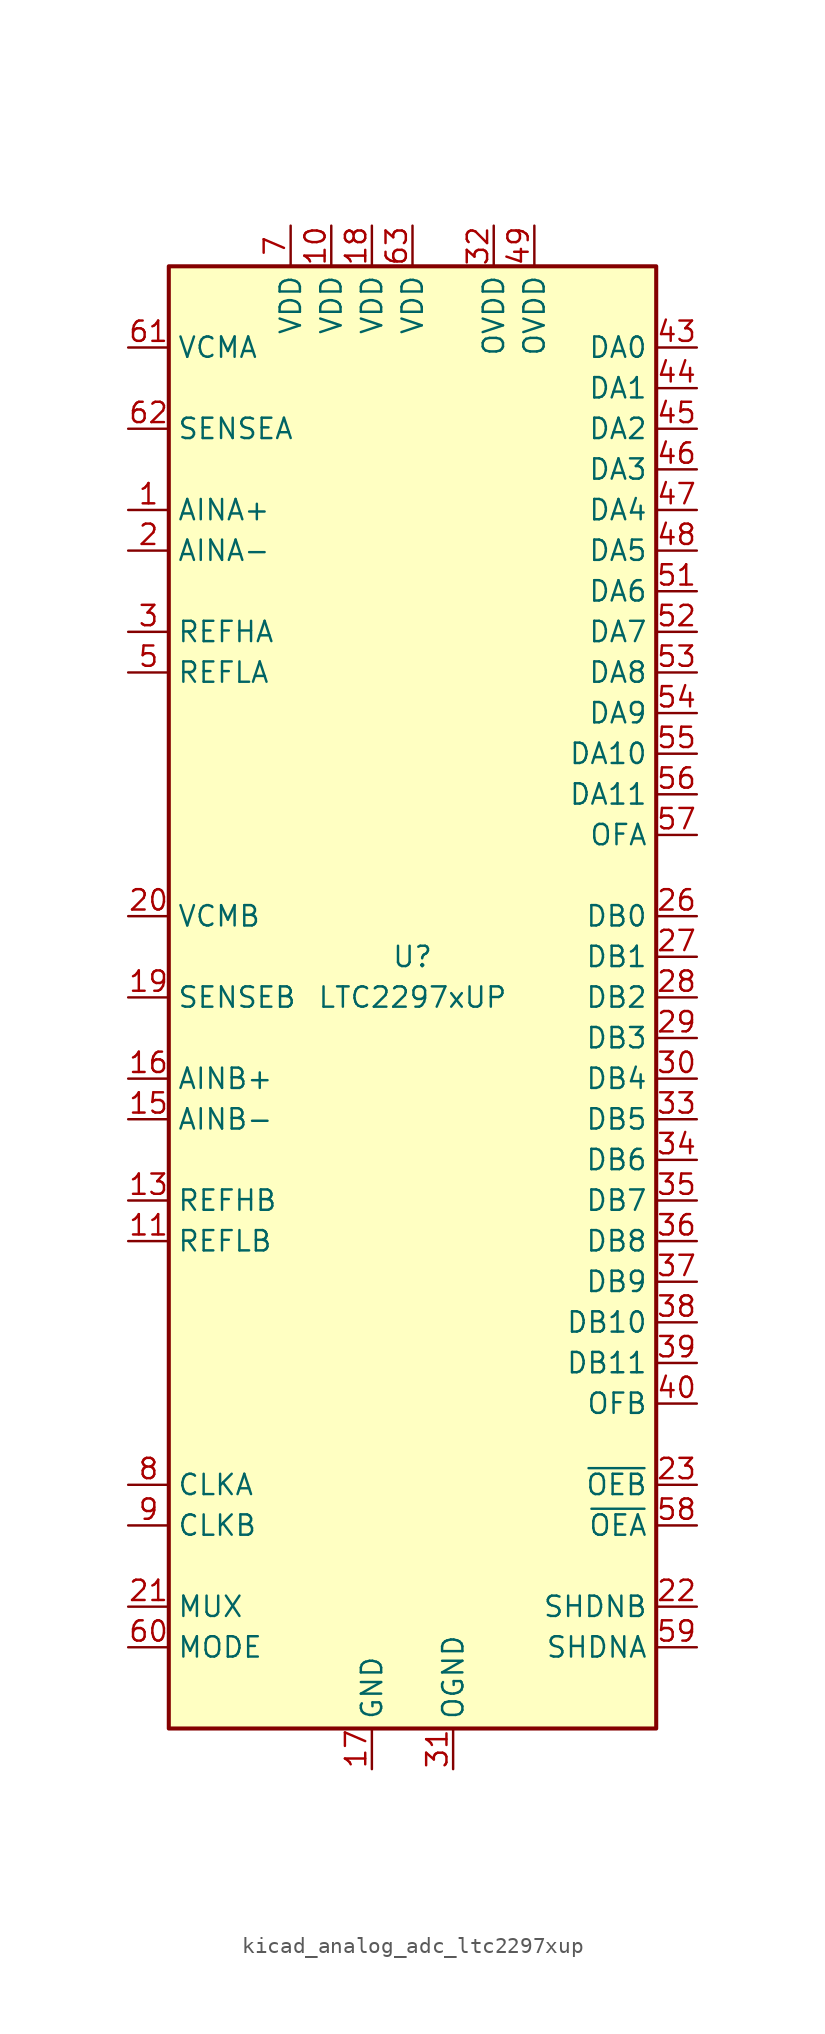
<source format=kicad_sym>
(kicad_symbol_lib
  (version 20220914)
  (generator kicad_symbol_editor)
  (symbol "kicad_analog_adc_ltc2297xup"
    (property "Reference" "U"
      (at 0 2.54 0)
      (effects (font (size 1.27 1.27))))
    (property "Value" "LTC2297xUP"
      (at 0 0 0)
      (effects (font (size 1.27 1.27))))
    (symbol "kicad_analog_adc_ltc2297xup_0_1"
      (rectangle (start -15.24 45.72) (end 15.24 -45.72) (stroke (width 0.254) (type default)) (fill (type background))))
    (symbol "kicad_analog_adc_ltc2297xup_1_1"
      (pin input line (at -17.78 30.48 0) (length 2.54) (name "AINA+" (effects (font (size 1.27 1.27)))) (number "1" (effects (font (size 1.27 1.27)))))
      (pin power_in line (at -5.08 48.26 270) (length 2.54) (name "VDD" (effects (font (size 1.27 1.27)))) (number "10" (effects (font (size 1.27 1.27)))))
      (pin input line (at -17.78 -15.24 0) (length 2.54) (name "REFLB" (effects (font (size 1.27 1.27)))) (number "11" (effects (font (size 1.27 1.27)))))
      (pin input line (at -17.78 -15.24 0) (length 2.54) hide (name "REFLB" (effects (font (size 1.27 1.27)))) (number "12" (effects (font (size 1.27 1.27)))))
      (pin input line (at -17.78 -12.7 0) (length 2.54) (name "REFHB" (effects (font (size 1.27 1.27)))) (number "13" (effects (font (size 1.27 1.27)))))
      (pin input line (at -17.78 -12.7 0) (length 2.54) hide (name "REFHB" (effects (font (size 1.27 1.27)))) (number "14" (effects (font (size 1.27 1.27)))))
      (pin input line (at -17.78 -7.62 0) (length 2.54) (name "AINB-" (effects (font (size 1.27 1.27)))) (number "15" (effects (font (size 1.27 1.27)))))
      (pin input line (at -17.78 -5.08 0) (length 2.54) (name "AINB+" (effects (font (size 1.27 1.27)))) (number "16" (effects (font (size 1.27 1.27)))))
      (pin power_in line (at -2.54 -48.26 90) (length 2.54) (name "GND" (effects (font (size 1.27 1.27)))) (number "17" (effects (font (size 1.27 1.27)))))
      (pin power_in line (at -2.54 48.26 270) (length 2.54) (name "VDD" (effects (font (size 1.27 1.27)))) (number "18" (effects (font (size 1.27 1.27)))))
      (pin input line (at -17.78 0 0) (length 2.54) (name "SENSEB" (effects (font (size 1.27 1.27)))) (number "19" (effects (font (size 1.27 1.27)))))
      (pin input line (at -17.78 27.94 0) (length 2.54) (name "AINA-" (effects (font (size 1.27 1.27)))) (number "2" (effects (font (size 1.27 1.27)))))
      (pin passive line (at -17.78 5.08 0) (length 2.54) (name "VCMB" (effects (font (size 1.27 1.27)))) (number "20" (effects (font (size 1.27 1.27)))))
      (pin input line (at -17.78 -38.1 0) (length 2.54) (name "MUX" (effects (font (size 1.27 1.27)))) (number "21" (effects (font (size 1.27 1.27)))))
      (pin input line (at 17.78 -38.1 180) (length 2.54) (name "SHDNB" (effects (font (size 1.27 1.27)))) (number "22" (effects (font (size 1.27 1.27)))))
      (pin input line (at 17.78 -30.48 180) (length 2.54) (name "~{OEB}" (effects (font (size 1.27 1.27)))) (number "23" (effects (font (size 1.27 1.27)))))
      (pin no_connect line (at -15.24 -20.32 0) (length 2.54) hide (name "NC" (effects (font (size 1.27 1.27)))) (number "24" (effects (font (size 1.27 1.27)))))
      (pin no_connect line (at -15.24 -22.86 0) (length 2.54) hide (name "NC" (effects (font (size 1.27 1.27)))) (number "25" (effects (font (size 1.27 1.27)))))
      (pin output line (at 17.78 5.08 180) (length 2.54) (name "DB0" (effects (font (size 1.27 1.27)))) (number "26" (effects (font (size 1.27 1.27)))))
      (pin output line (at 17.78 2.54 180) (length 2.54) (name "DB1" (effects (font (size 1.27 1.27)))) (number "27" (effects (font (size 1.27 1.27)))))
      (pin output line (at 17.78 0 180) (length 2.54) (name "DB2" (effects (font (size 1.27 1.27)))) (number "28" (effects (font (size 1.27 1.27)))))
      (pin output line (at 17.78 -2.54 180) (length 2.54) (name "DB3" (effects (font (size 1.27 1.27)))) (number "29" (effects (font (size 1.27 1.27)))))
      (pin input line (at -17.78 22.86 0) (length 2.54) (name "REFHA" (effects (font (size 1.27 1.27)))) (number "3" (effects (font (size 1.27 1.27)))))
      (pin output line (at 17.78 -5.08 180) (length 2.54) (name "DB4" (effects (font (size 1.27 1.27)))) (number "30" (effects (font (size 1.27 1.27)))))
      (pin power_in line (at 2.54 -48.26 90) (length 2.54) (name "OGND" (effects (font (size 1.27 1.27)))) (number "31" (effects (font (size 1.27 1.27)))))
      (pin power_in line (at 5.08 48.26 270) (length 2.54) (name "OVDD" (effects (font (size 1.27 1.27)))) (number "32" (effects (font (size 1.27 1.27)))))
      (pin output line (at 17.78 -7.62 180) (length 2.54) (name "DB5" (effects (font (size 1.27 1.27)))) (number "33" (effects (font (size 1.27 1.27)))))
      (pin output line (at 17.78 -10.16 180) (length 2.54) (name "DB6" (effects (font (size 1.27 1.27)))) (number "34" (effects (font (size 1.27 1.27)))))
      (pin output line (at 17.78 -12.7 180) (length 2.54) (name "DB7" (effects (font (size 1.27 1.27)))) (number "35" (effects (font (size 1.27 1.27)))))
      (pin output line (at 17.78 -15.24 180) (length 2.54) (name "DB8" (effects (font (size 1.27 1.27)))) (number "36" (effects (font (size 1.27 1.27)))))
      (pin output line (at 17.78 -17.78 180) (length 2.54) (name "DB9" (effects (font (size 1.27 1.27)))) (number "37" (effects (font (size 1.27 1.27)))))
      (pin output line (at 17.78 -20.32 180) (length 2.54) (name "DB10" (effects (font (size 1.27 1.27)))) (number "38" (effects (font (size 1.27 1.27)))))
      (pin output line (at 17.78 -22.86 180) (length 2.54) (name "DB11" (effects (font (size 1.27 1.27)))) (number "39" (effects (font (size 1.27 1.27)))))
      (pin input line (at -17.78 22.86 0) (length 2.54) hide (name "REFHA" (effects (font (size 1.27 1.27)))) (number "4" (effects (font (size 1.27 1.27)))))
      (pin output line (at 17.78 -25.4 180) (length 2.54) (name "OFB" (effects (font (size 1.27 1.27)))) (number "40" (effects (font (size 1.27 1.27)))))
      (pin no_connect line (at -15.24 -25.4 0) (length 2.54) hide (name "NC" (effects (font (size 1.27 1.27)))) (number "41" (effects (font (size 1.27 1.27)))))
      (pin no_connect line (at -15.24 -27.94 0) (length 2.54) hide (name "NC" (effects (font (size 1.27 1.27)))) (number "42" (effects (font (size 1.27 1.27)))))
      (pin output line (at 17.78 40.64 180) (length 2.54) (name "DA0" (effects (font (size 1.27 1.27)))) (number "43" (effects (font (size 1.27 1.27)))))
      (pin output line (at 17.78 38.1 180) (length 2.54) (name "DA1" (effects (font (size 1.27 1.27)))) (number "44" (effects (font (size 1.27 1.27)))))
      (pin output line (at 17.78 35.56 180) (length 2.54) (name "DA2" (effects (font (size 1.27 1.27)))) (number "45" (effects (font (size 1.27 1.27)))))
      (pin output line (at 17.78 33.02 180) (length 2.54) (name "DA3" (effects (font (size 1.27 1.27)))) (number "46" (effects (font (size 1.27 1.27)))))
      (pin output line (at 17.78 30.48 180) (length 2.54) (name "DA4" (effects (font (size 1.27 1.27)))) (number "47" (effects (font (size 1.27 1.27)))))
      (pin output line (at 17.78 27.94 180) (length 2.54) (name "DA5" (effects (font (size 1.27 1.27)))) (number "48" (effects (font (size 1.27 1.27)))))
      (pin power_in line (at 7.62 48.26 270) (length 2.54) (name "OVDD" (effects (font (size 1.27 1.27)))) (number "49" (effects (font (size 1.27 1.27)))))
      (pin input line (at -17.78 20.32 0) (length 2.54) (name "REFLA" (effects (font (size 1.27 1.27)))) (number "5" (effects (font (size 1.27 1.27)))))
      (pin passive line (at 2.54 -48.26 90) (length 2.54) hide (name "OGND" (effects (font (size 1.27 1.27)))) (number "50" (effects (font (size 1.27 1.27)))))
      (pin output line (at 17.78 25.4 180) (length 2.54) (name "DA6" (effects (font (size 1.27 1.27)))) (number "51" (effects (font (size 1.27 1.27)))))
      (pin output line (at 17.78 22.86 180) (length 2.54) (name "DA7" (effects (font (size 1.27 1.27)))) (number "52" (effects (font (size 1.27 1.27)))))
      (pin output line (at 17.78 20.32 180) (length 2.54) (name "DA8" (effects (font (size 1.27 1.27)))) (number "53" (effects (font (size 1.27 1.27)))))
      (pin output line (at 17.78 17.78 180) (length 2.54) (name "DA9" (effects (font (size 1.27 1.27)))) (number "54" (effects (font (size 1.27 1.27)))))
      (pin output line (at 17.78 15.24 180) (length 2.54) (name "DA10" (effects (font (size 1.27 1.27)))) (number "55" (effects (font (size 1.27 1.27)))))
      (pin output line (at 17.78 12.7 180) (length 2.54) (name "DA11" (effects (font (size 1.27 1.27)))) (number "56" (effects (font (size 1.27 1.27)))))
      (pin output line (at 17.78 10.16 180) (length 2.54) (name "OFA" (effects (font (size 1.27 1.27)))) (number "57" (effects (font (size 1.27 1.27)))))
      (pin input line (at 17.78 -33.02 180) (length 2.54) (name "~{OEA}" (effects (font (size 1.27 1.27)))) (number "58" (effects (font (size 1.27 1.27)))))
      (pin input line (at 17.78 -40.64 180) (length 2.54) (name "SHDNA" (effects (font (size 1.27 1.27)))) (number "59" (effects (font (size 1.27 1.27)))))
      (pin input line (at -17.78 20.32 0) (length 2.54) hide (name "REFLA" (effects (font (size 1.27 1.27)))) (number "6" (effects (font (size 1.27 1.27)))))
      (pin input line (at -17.78 -40.64 0) (length 2.54) (name "MODE" (effects (font (size 1.27 1.27)))) (number "60" (effects (font (size 1.27 1.27)))))
      (pin passive line (at -17.78 40.64 0) (length 2.54) (name "VCMA" (effects (font (size 1.27 1.27)))) (number "61" (effects (font (size 1.27 1.27)))))
      (pin input line (at -17.78 35.56 0) (length 2.54) (name "SENSEA" (effects (font (size 1.27 1.27)))) (number "62" (effects (font (size 1.27 1.27)))))
      (pin power_in line (at 0 48.26 270) (length 2.54) (name "VDD" (effects (font (size 1.27 1.27)))) (number "63" (effects (font (size 1.27 1.27)))))
      (pin passive line (at -2.54 -48.26 90) (length 2.54) hide (name "GND" (effects (font (size 1.27 1.27)))) (number "64" (effects (font (size 1.27 1.27)))))
      (pin passive line (at -2.54 -48.26 90) (length 2.54) hide (name "GND" (effects (font (size 1.27 1.27)))) (number "65" (effects (font (size 1.27 1.27)))))
      (pin power_in line (at -7.62 48.26 270) (length 2.54) (name "VDD" (effects (font (size 1.27 1.27)))) (number "7" (effects (font (size 1.27 1.27)))))
      (pin input line (at -17.78 -30.48 0) (length 2.54) (name "CLKA" (effects (font (size 1.27 1.27)))) (number "8" (effects (font (size 1.27 1.27)))))
      (pin input line (at -17.78 -33.02 0) (length 2.54) (name "CLKB" (effects (font (size 1.27 1.27)))) (number "9" (effects (font (size 1.27 1.27))))))))
</source>
